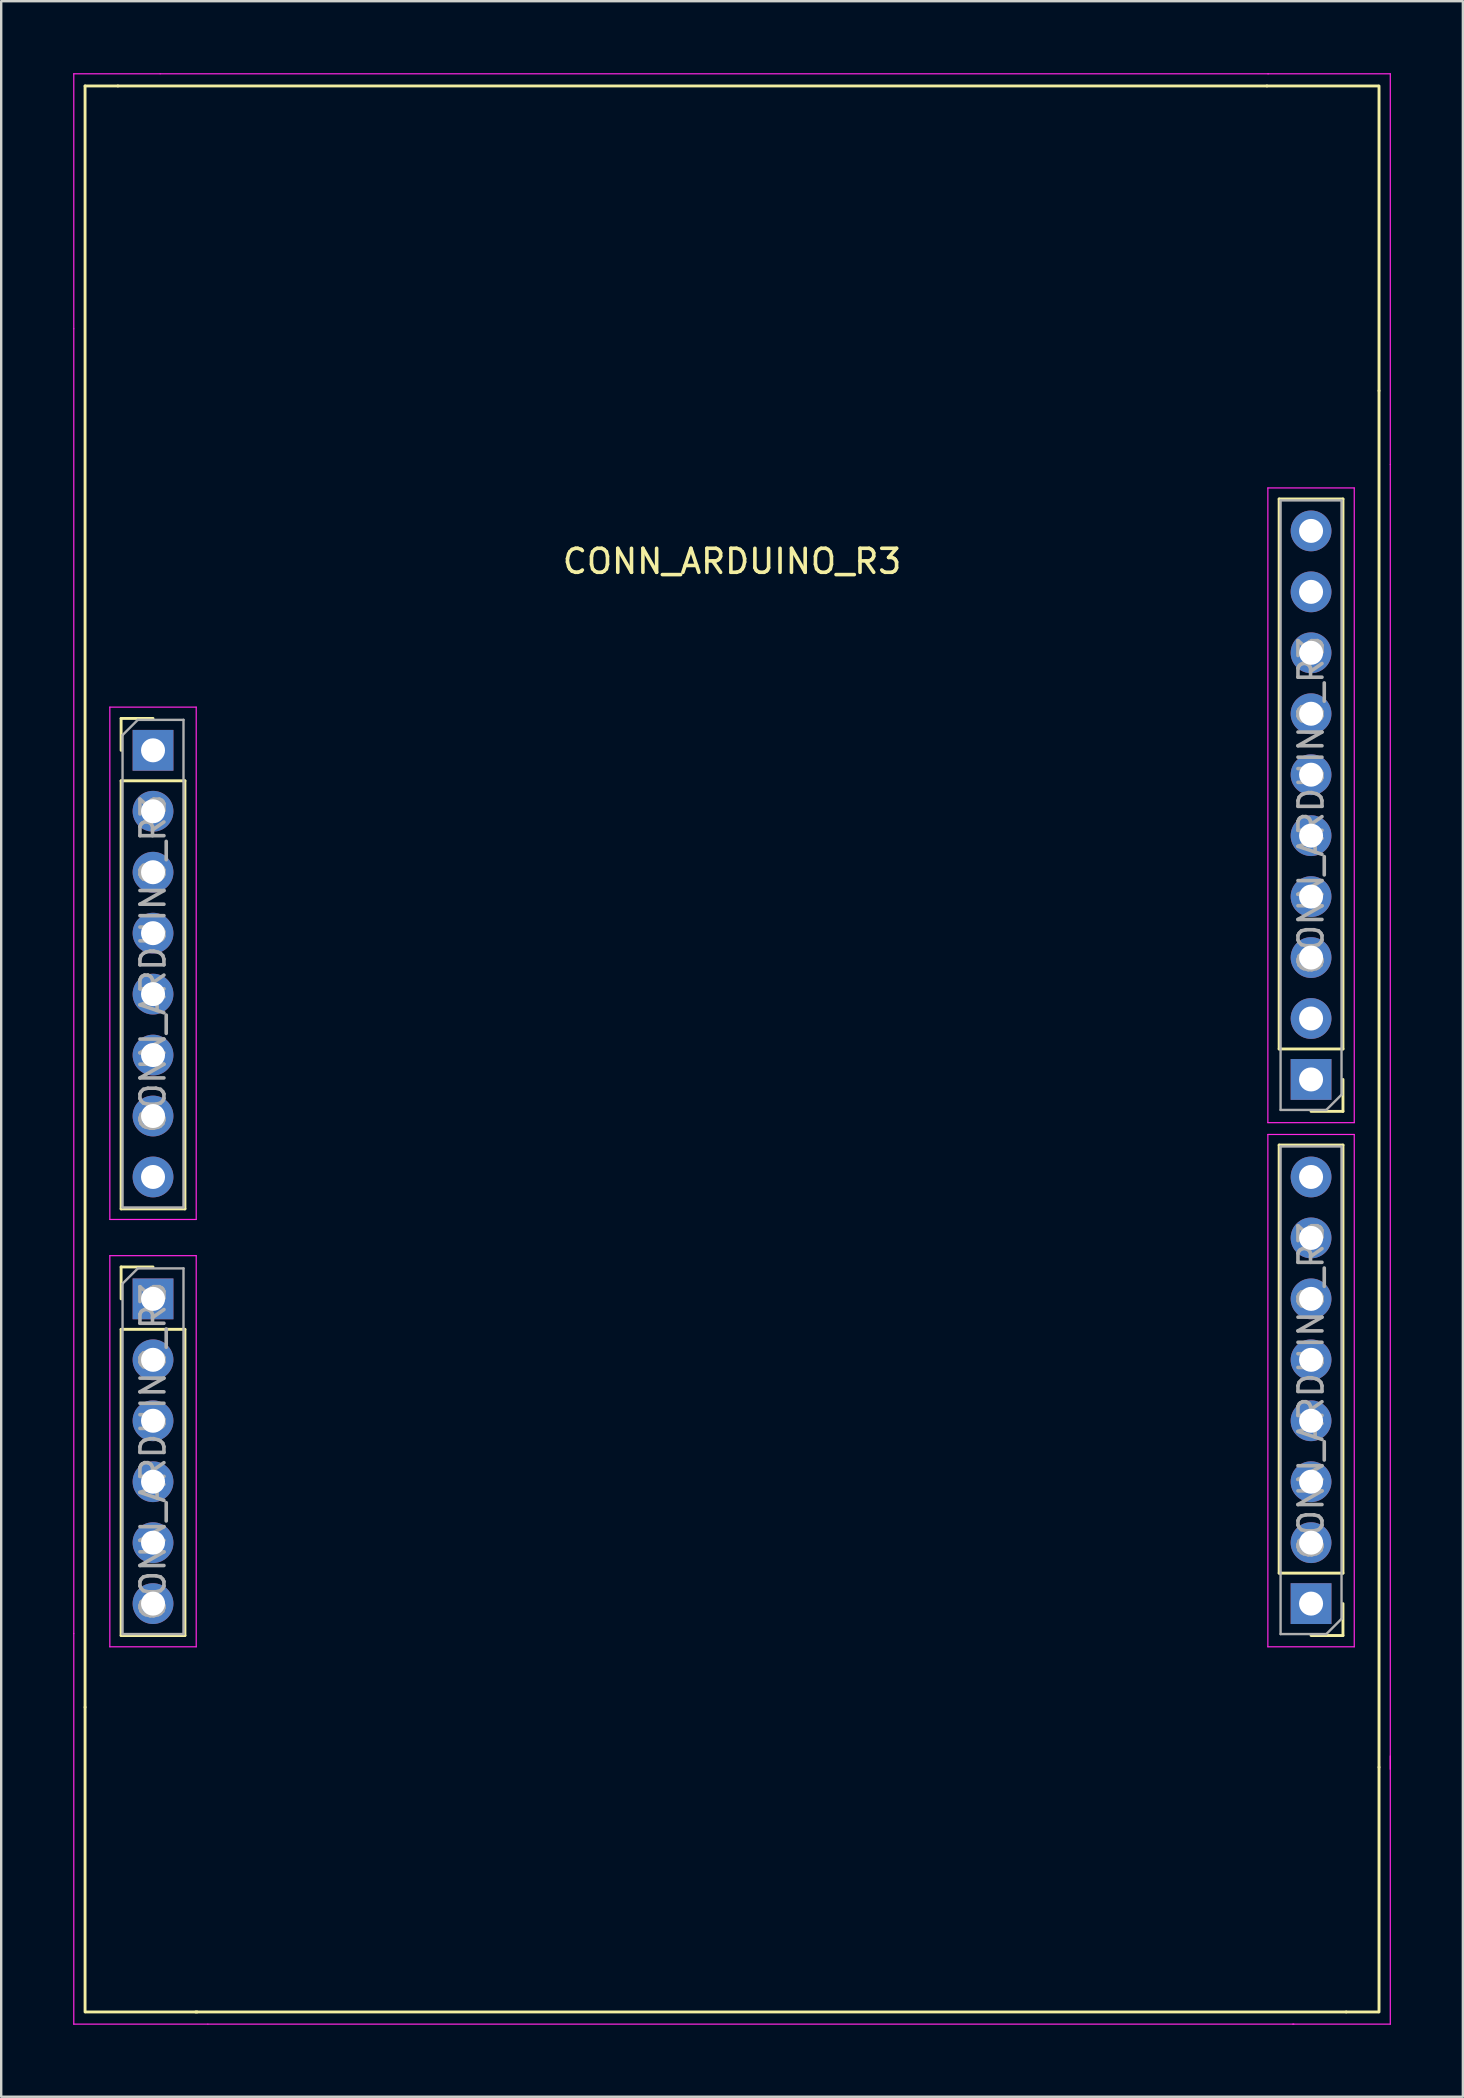
<source format=kicad_pcb>
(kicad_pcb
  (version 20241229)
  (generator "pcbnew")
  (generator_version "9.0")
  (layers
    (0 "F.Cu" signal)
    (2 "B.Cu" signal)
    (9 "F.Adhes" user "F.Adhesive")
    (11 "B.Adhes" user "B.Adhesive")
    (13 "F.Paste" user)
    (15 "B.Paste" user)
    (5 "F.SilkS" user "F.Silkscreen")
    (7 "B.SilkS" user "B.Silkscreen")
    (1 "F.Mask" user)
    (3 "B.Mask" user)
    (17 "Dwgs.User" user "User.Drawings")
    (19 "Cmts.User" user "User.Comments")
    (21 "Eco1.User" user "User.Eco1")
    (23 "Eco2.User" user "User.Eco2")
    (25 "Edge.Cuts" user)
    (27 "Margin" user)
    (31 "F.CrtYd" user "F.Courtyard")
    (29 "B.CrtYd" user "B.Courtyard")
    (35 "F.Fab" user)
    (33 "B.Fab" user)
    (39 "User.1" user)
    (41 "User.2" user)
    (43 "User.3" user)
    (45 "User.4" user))
  (footprint "CONN_ARDUINO_R3"
    (layer "F.Cu")
    (at 27.457 39.649)
    (property "Reference" "CONN_ARDUINO_R3" (at 0 -19.304 0) (layer "F.SilkS") (effects (font (size 1 1) (thickness 0.15))))
    (attr through_hole)
    (fp_line (start -26.962 -39.116) (end -26.962 28.448) (stroke (width 0.12) (type solid)) (layer "F.SilkS"))
    (fp_line (start -26.962 -39.116) (end -25.594 -39.116) (stroke (width 0.12) (type solid)) (layer "F.SilkS"))
    (fp_line (start -26.962 28.448) (end -26.962 41.148) (stroke (width 0.12) (type solid)) (layer "F.SilkS"))
    (fp_line (start -26.924 41.148) (end -22.292 41.148) (stroke (width 0.12) (type solid)) (layer "F.SilkS"))
    (fp_line (start -25.46 -12.76) (end -24.13 -12.76) (stroke (width 0.12) (type solid)) (layer "F.SilkS"))
    (fp_line (start -25.46 -11.43) (end -25.46 -12.76) (stroke (width 0.12) (type solid)) (layer "F.SilkS"))
    (fp_line (start -25.46 -10.16) (end -25.46 7.68) (stroke (width 0.12) (type solid)) (layer "F.SilkS"))
    (fp_line (start -25.46 -10.16) (end -22.8 -10.16) (stroke (width 0.12) (type solid)) (layer "F.SilkS"))
    (fp_line (start -25.46 7.68) (end -22.8 7.68) (stroke (width 0.12) (type solid)) (layer "F.SilkS"))
    (fp_line (start -25.46 10.1) (end -24.13 10.1) (stroke (width 0.12) (type solid)) (layer "F.SilkS"))
    (fp_line (start -25.46 11.43) (end -25.46 10.1) (stroke (width 0.12) (type solid)) (layer "F.SilkS"))
    (fp_line (start -25.46 12.7) (end -25.46 25.46) (stroke (width 0.12) (type solid)) (layer "F.SilkS"))
    (fp_line (start -25.46 12.7) (end -22.8 12.7) (stroke (width 0.12) (type solid)) (layer "F.SilkS"))
    (fp_line (start -25.46 25.46) (end -22.8 25.46) (stroke (width 0.12) (type solid)) (layer "F.SilkS"))
    (fp_line (start -22.8 -10.16) (end -22.8 7.68) (stroke (width 0.12) (type solid)) (layer "F.SilkS"))
    (fp_line (start -22.8 12.7) (end -22.8 25.46) (stroke (width 0.12) (type solid)) (layer "F.SilkS"))
    (fp_line (start 22.292 -39.116) (end -25.594 -39.116) (stroke (width 0.12) (type solid)) (layer "F.SilkS"))
    (fp_line (start 22.8 1.016) (end 22.8 -21.904) (stroke (width 0.12) (type solid)) (layer "F.SilkS"))
    (fp_line (start 22.8 22.86) (end 22.8 5.02) (stroke (width 0.12) (type solid)) (layer "F.SilkS"))
    (fp_line (start 25.46 -21.904) (end 22.8 -21.904) (stroke (width 0.12) (type solid)) (layer "F.SilkS"))
    (fp_line (start 25.46 1.016) (end 22.8 1.016) (stroke (width 0.12) (type solid)) (layer "F.SilkS"))
    (fp_line (start 25.46 1.016) (end 25.46 -21.904) (stroke (width 0.12) (type solid)) (layer "F.SilkS"))
    (fp_line (start 25.46 2.286) (end 25.46 3.616) (stroke (width 0.12) (type solid)) (layer "F.SilkS"))
    (fp_line (start 25.46 3.616) (end 24.13 3.616) (stroke (width 0.12) (type solid)) (layer "F.SilkS"))
    (fp_line (start 25.46 5.02) (end 22.8 5.02) (stroke (width 0.12) (type solid)) (layer "F.SilkS"))
    (fp_line (start 25.46 22.86) (end 22.8 22.86) (stroke (width 0.12) (type solid)) (layer "F.SilkS"))
    (fp_line (start 25.46 22.86) (end 25.46 5.02) (stroke (width 0.12) (type solid)) (layer "F.SilkS"))
    (fp_line (start 25.46 24.13) (end 25.46 25.46) (stroke (width 0.12) (type solid)) (layer "F.SilkS"))
    (fp_line (start 25.46 25.46) (end 24.13 25.46) (stroke (width 0.12) (type solid)) (layer "F.SilkS"))
    (fp_line (start 25.594 41.148) (end -22.352 41.148) (stroke (width 0.12) (type solid)) (layer "F.SilkS"))
    (fp_line (start 26.924 -39.116) (end 22.292 -39.116) (stroke (width 0.12) (type solid)) (layer "F.SilkS"))
    (fp_line (start 26.924 41.148) (end 25.594 41.148) (stroke (width 0.12) (type solid)) (layer "F.SilkS"))
    (fp_line (start 26.962 -26.416) (end 26.962 -39.116) (stroke (width 0.12) (type solid)) (layer "F.SilkS"))
    (fp_line (start 26.962 30.95) (end 26.962 -26.416) (stroke (width 0.12) (type solid)) (layer "F.SilkS"))
    (fp_line (start 26.962 41.148) (end 26.962 30.95) (stroke (width 0.12) (type solid)) (layer "F.SilkS"))
    (fp_line (start -27.432 -39.624) (end -27.432 -29) (stroke (width 0.05) (type solid)) (layer "F.CrtYd"))
    (fp_line (start -27.432 -29) (end -27.432 25.378) (stroke (width 0.05) (type solid)) (layer "F.CrtYd"))
    (fp_line (start -27.432 25.378) (end -27.432 41.656) (stroke (width 0.05) (type solid)) (layer "F.CrtYd"))
    (fp_line (start -27.432 41.656) (end -21.844 41.656) (stroke (width 0.05) (type solid)) (layer "F.CrtYd"))
    (fp_line (start -25.93 -13.23) (end -25.93 8.12) (stroke (width 0.05) (type solid)) (layer "F.CrtYd"))
    (fp_line (start -25.93 8.12) (end -22.33 8.12) (stroke (width 0.05) (type solid)) (layer "F.CrtYd"))
    (fp_line (start -25.93 9.63) (end -25.93 25.93) (stroke (width 0.05) (type solid)) (layer "F.CrtYd"))
    (fp_line (start -25.93 25.93) (end -22.33 25.93) (stroke (width 0.05) (type solid)) (layer "F.CrtYd"))
    (fp_line (start -23.832 -39.624) (end -27.432 -39.624) (stroke (width 0.05) (type solid)) (layer "F.CrtYd"))
    (fp_line (start -23.832 -39.624) (end 22.352 -39.624) (stroke (width 0.05) (type solid)) (layer "F.CrtYd"))
    (fp_line (start -22.33 -13.23) (end -25.93 -13.23) (stroke (width 0.05) (type solid)) (layer "F.CrtYd"))
    (fp_line (start -22.33 8.12) (end -22.33 -13.23) (stroke (width 0.05) (type solid)) (layer "F.CrtYd"))
    (fp_line (start -22.33 9.63) (end -25.93 9.63) (stroke (width 0.05) (type solid)) (layer "F.CrtYd"))
    (fp_line (start -22.33 25.93) (end -22.33 9.63) (stroke (width 0.05) (type solid)) (layer "F.CrtYd"))
    (fp_line (start -21.844 41.656) (end 23.412 41.656) (stroke (width 0.05) (type solid)) (layer "F.CrtYd"))
    (fp_line (start 22.33 -22.364) (end 22.33 4.086) (stroke (width 0.05) (type solid)) (layer "F.CrtYd"))
    (fp_line (start 22.33 4.086) (end 25.93 4.086) (stroke (width 0.05) (type solid)) (layer "F.CrtYd"))
    (fp_line (start 22.33 4.58) (end 22.33 25.93) (stroke (width 0.05) (type solid)) (layer "F.CrtYd"))
    (fp_line (start 22.33 25.93) (end 25.93 25.93) (stroke (width 0.05) (type solid)) (layer "F.CrtYd"))
    (fp_line (start 23.368 41.656) (end 27.432 41.656) (stroke (width 0.05) (type solid)) (layer "F.CrtYd"))
    (fp_line (start 25.93 -22.364) (end 22.33 -22.364) (stroke (width 0.05) (type solid)) (layer "F.CrtYd"))
    (fp_line (start 25.93 4.086) (end 25.93 -22.364) (stroke (width 0.05) (type solid)) (layer "F.CrtYd"))
    (fp_line (start 25.93 4.58) (end 22.33 4.58) (stroke (width 0.05) (type solid)) (layer "F.CrtYd"))
    (fp_line (start 25.93 25.93) (end 25.93 4.58) (stroke (width 0.05) (type solid)) (layer "F.CrtYd"))
    (fp_line (start 27.432 -39.624) (end 22.33 -39.624) (stroke (width 0.05) (type solid)) (layer "F.CrtYd"))
    (fp_line (start 27.432 -23.346) (end 27.432 -39.624) (stroke (width 0.05) (type solid)) (layer "F.CrtYd"))
    (fp_line (start 27.432 31.032) (end 27.432 -23.346) (stroke (width 0.05) (type solid)) (layer "F.CrtYd"))
    (fp_line (start 27.432 41.656) (end 27.432 30.48) (stroke (width 0.05) (type solid)) (layer "F.CrtYd"))
    (fp_line (start -25.4 -12.065) (end -24.765 -12.7) (stroke (width 0.1) (type solid)) (layer "F.Fab"))
    (fp_line (start -25.4 7.62) (end -25.4 -12.065) (stroke (width 0.1) (type solid)) (layer "F.Fab"))
    (fp_line (start -25.4 10.795) (end -24.765 10.16) (stroke (width 0.1) (type solid)) (layer "F.Fab"))
    (fp_line (start -25.4 25.4) (end -25.4 10.795) (stroke (width 0.1) (type solid)) (layer "F.Fab"))
    (fp_line (start -24.765 -12.7) (end -22.86 -12.7) (stroke (width 0.1) (type solid)) (layer "F.Fab"))
    (fp_line (start -24.765 10.16) (end -22.86 10.16) (stroke (width 0.1) (type solid)) (layer "F.Fab"))
    (fp_line (start -22.86 -12.7) (end -22.86 7.62) (stroke (width 0.1) (type solid)) (layer "F.Fab"))
    (fp_line (start -22.86 7.62) (end -25.4 7.62) (stroke (width 0.1) (type solid)) (layer "F.Fab"))
    (fp_line (start -22.86 10.16) (end -22.86 25.4) (stroke (width 0.1) (type solid)) (layer "F.Fab"))
    (fp_line (start -22.86 25.4) (end -25.4 25.4) (stroke (width 0.1) (type solid)) (layer "F.Fab"))
    (fp_line (start 22.86 -21.844) (end 25.4 -21.844) (stroke (width 0.1) (type solid)) (layer "F.Fab"))
    (fp_line (start 22.86 3.556) (end 22.86 -21.844) (stroke (width 0.1) (type solid)) (layer "F.Fab"))
    (fp_line (start 22.86 5.08) (end 25.4 5.08) (stroke (width 0.1) (type solid)) (layer "F.Fab"))
    (fp_line (start 22.86 25.4) (end 22.86 5.08) (stroke (width 0.1) (type solid)) (layer "F.Fab"))
    (fp_line (start 24.765 3.556) (end 22.86 3.556) (stroke (width 0.1) (type solid)) (layer "F.Fab"))
    (fp_line (start 24.765 25.4) (end 22.86 25.4) (stroke (width 0.1) (type solid)) (layer "F.Fab"))
    (fp_line (start 25.4 -21.844) (end 25.4 2.921) (stroke (width 0.1) (type solid)) (layer "F.Fab"))
    (fp_line (start 25.4 2.921) (end 24.765 3.556) (stroke (width 0.1) (type solid)) (layer "F.Fab"))
    (fp_line (start 25.4 5.08) (end 25.4 24.765) (stroke (width 0.1) (type solid)) (layer "F.Fab"))
    (fp_line (start 25.4 24.765) (end 24.765 25.4) (stroke (width 0.1) (type solid)) (layer "F.Fab"))
    (fp_text user "${REFERENCE}" (at 24.13 15.24 270) (layer "F.Fab") (effects (font (size 1 1) (thickness 0.15))))
    (fp_text user "${REFERENCE}" (at 24.13 -9.144 270) (layer "F.Fab") (effects (font (size 1 1) (thickness 0.15))))
    (fp_text user "${REFERENCE}" (at -24.13 -2.54 90) (layer "F.Fab") (effects (font (size 1 1) (thickness 0.15))))
    (fp_text user "${REFERENCE}" (at -24.13 17.78 90) (layer "F.Fab") (effects (font (size 1 1) (thickness 0.15))))
    (pad "J1_1" thru_hole rect (at -24.13 -11.43) (size 1.7 1.7) (drill 1) (layers "*.Cu" "*.Mask"))
    (pad "J1_2" thru_hole oval (at -24.13 -8.89) (size 1.7 1.7) (drill 1) (layers "*.Cu" "*.Mask"))
    (pad "J1_3" thru_hole oval (at -24.13 -6.35) (size 1.7 1.7) (drill 1) (layers "*.Cu" "*.Mask"))
    (pad "J1_4" thru_hole oval (at -24.13 -3.81) (size 1.7 1.7) (drill 1) (layers "*.Cu" "*.Mask"))
    (pad "J1_5" thru_hole oval (at -24.13 -1.27) (size 1.7 1.7) (drill 1) (layers "*.Cu" "*.Mask"))
    (pad "J1_6" thru_hole oval (at -24.13 1.27) (size 1.7 1.7) (drill 1) (layers "*.Cu" "*.Mask"))
    (pad "J1_7" thru_hole oval (at -24.13 3.81) (size 1.7 1.7) (drill 1) (layers "*.Cu" "*.Mask"))
    (pad "J1_8" thru_hole oval (at -24.13 6.35) (size 1.7 1.7) (drill 1) (layers "*.Cu" "*.Mask"))
    (pad "J2_1" thru_hole rect (at -24.13 11.43) (size 1.7 1.7) (drill 1) (layers "*.Cu" "*.Mask"))
    (pad "J2_2" thru_hole oval (at -24.13 13.97) (size 1.7 1.7) (drill 1) (layers "*.Cu" "*.Mask"))
    (pad "J2_3" thru_hole oval (at -24.13 16.51) (size 1.7 1.7) (drill 1) (layers "*.Cu" "*.Mask"))
    (pad "J2_4" thru_hole oval (at -24.13 19.05) (size 1.7 1.7) (drill 1) (layers "*.Cu" "*.Mask"))
    (pad "J2_5" thru_hole oval (at -24.13 21.59) (size 1.7 1.7) (drill 1) (layers "*.Cu" "*.Mask"))
    (pad "J2_6" thru_hole oval (at -24.13 24.13) (size 1.7 1.7) (drill 1) (layers "*.Cu" "*.Mask"))
    (pad "J3_1" thru_hole rect (at 24.13 2.286 180) (size 1.7 1.7) (drill 1) (layers "*.Cu" "*.Mask"))
    (pad "J3_2" thru_hole oval (at 24.13 -0.254 180) (size 1.7 1.7) (drill 1) (layers "*.Cu" "*.Mask"))
    (pad "J3_3" thru_hole oval (at 24.13 -2.794 180) (size 1.7 1.7) (drill 1) (layers "*.Cu" "*.Mask"))
    (pad "J3_4" thru_hole oval (at 24.13 -5.334 180) (size 1.7 1.7) (drill 1) (layers "*.Cu" "*.Mask"))
    (pad "J3_5" thru_hole oval (at 24.13 -7.874 180) (size 1.7 1.7) (drill 1) (layers "*.Cu" "*.Mask"))
    (pad "J3_6" thru_hole oval (at 24.13 -10.414 180) (size 1.7 1.7) (drill 1) (layers "*.Cu" "*.Mask"))
    (pad "J3_7" thru_hole oval (at 24.13 -12.954 180) (size 1.7 1.7) (drill 1) (layers "*.Cu" "*.Mask"))
    (pad "J3_8" thru_hole oval (at 24.13 -15.494 180) (size 1.7 1.7) (drill 1) (layers "*.Cu" "*.Mask"))
    (pad "J3_9" thru_hole oval (at 24.13 -18.034 180) (size 1.7 1.7) (drill 1) (layers "*.Cu" "*.Mask"))
    (pad "J3_10" thru_hole oval (at 24.13 -20.574 180) (size 1.7 1.7) (drill 1) (layers "*.Cu" "*.Mask"))
    (pad "J4_1" thru_hole rect (at 24.13 24.13 180) (size 1.7 1.7) (drill 1) (layers "*.Cu" "*.Mask"))
    (pad "J4_2" thru_hole oval (at 24.13 21.59 180) (size 1.7 1.7) (drill 1) (layers "*.Cu" "*.Mask"))
    (pad "J4_3" thru_hole oval (at 24.13 19.05 180) (size 1.7 1.7) (drill 1) (layers "*.Cu" "*.Mask"))
    (pad "J4_4" thru_hole oval (at 24.13 16.51 180) (size 1.7 1.7) (drill 1) (layers "*.Cu" "*.Mask"))
    (pad "J4_5" thru_hole oval (at 24.13 13.97 180) (size 1.7 1.7) (drill 1) (layers "*.Cu" "*.Mask"))
    (pad "J4_6" thru_hole oval (at 24.13 11.43 180) (size 1.7 1.7) (drill 1) (layers "*.Cu" "*.Mask"))
    (pad "J4_7" thru_hole oval (at 24.13 8.89 180) (size 1.7 1.7) (drill 1) (layers "*.Cu" "*.Mask"))
    (pad "J4_8" thru_hole oval (at 24.13 6.35 180) (size 1.7 1.7) (drill 1) (layers "*.Cu" "*.Mask")))
  (gr_rect
    (start -3 -3)
    (end 57.914 84.33)
    (stroke (width 0.1) (type default))
    (fill no)
    (layer "Edge.Cuts")))
</source>
